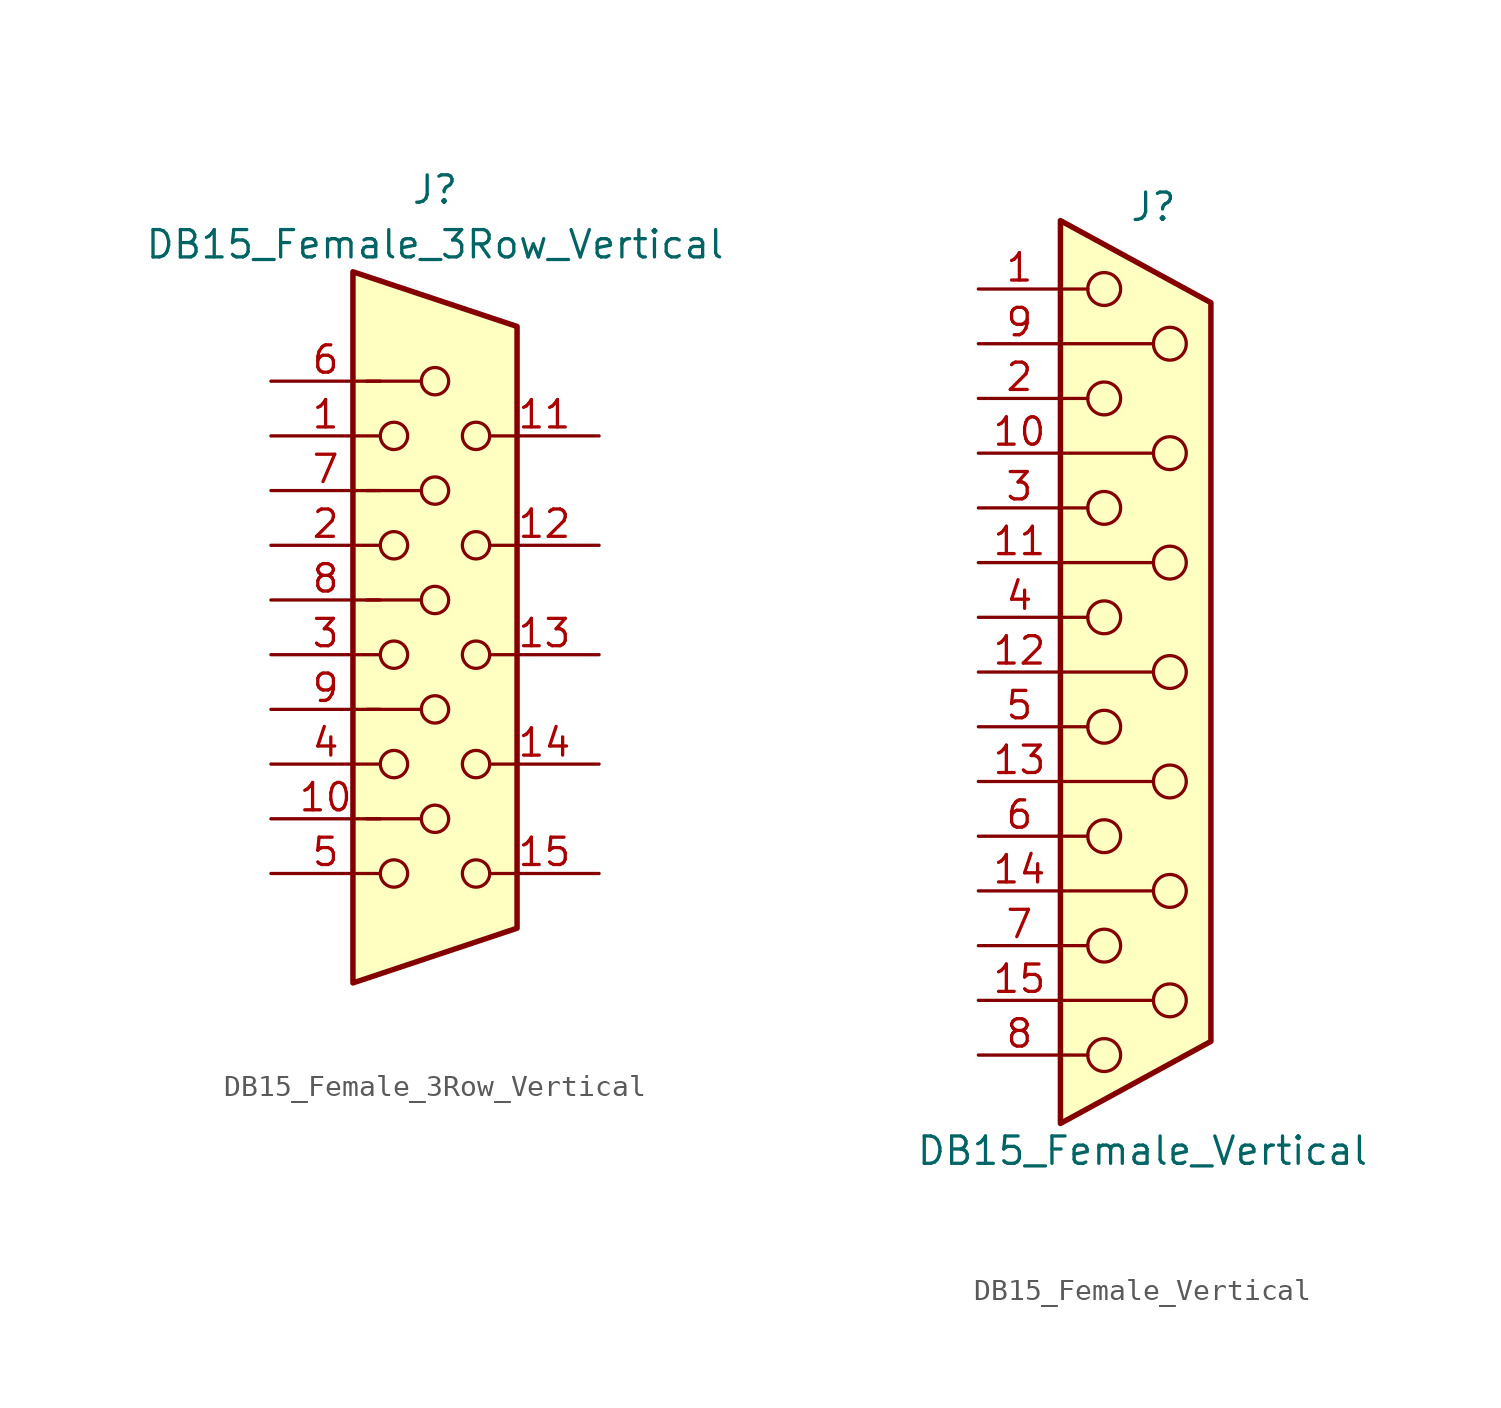
<source format=kicad_sym>
(kicad_symbol_lib
  (version 20211014)
  (generator kicad_symbol_editor)
  (symbol "DB15_Female_3Row_Vertical"
    (pin_names
      (offset 1.016) hide)
    (property "Reference" "J"
      (at 0 21.59 0)
      (effects (font (size 1.27 1.27))))
    (property "Value" "DB15_Female_3Row_Vertical"
      (at 0 19.05 0)
      (effects (font (size 1.27 1.27))))
    (symbol "DB15_Female_3Row_Vertical_0_1"
      (circle (center -1.905 -10.16) (radius 0.635) (stroke (width 0) (type default) (color 0 0 0 0)) (fill (type none)))
      (circle (center -1.905 -5.08) (radius 0.635) (stroke (width 0) (type default) (color 0 0 0 0)) (fill (type none)))
      (circle (center -1.905 0) (radius 0.635) (stroke (width 0) (type default) (color 0 0 0 0)) (fill (type none)))
      (circle (center -1.905 5.08) (radius 0.635) (stroke (width 0) (type default) (color 0 0 0 0)) (fill (type none)))
      (circle (center -1.905 10.16) (radius 0.635) (stroke (width 0) (type default) (color 0 0 0 0)) (fill (type none)))
      (circle (center 0 -7.62) (radius 0.635) (stroke (width 0) (type default) (color 0 0 0 0)) (fill (type none)))
      (circle (center 0 -2.54) (radius 0.635) (stroke (width 0) (type default) (color 0 0 0 0)) (fill (type none)))
      (polyline (pts (xy -3.175 7.62) (xy -0.635 7.62)) (stroke (width 0) (type default) (color 0 0 0 0)) (fill (type none)))
      (polyline (pts (xy -0.635 -7.62) (xy -3.175 -7.62)) (stroke (width 0) (type default) (color 0 0 0 0)) (fill (type none)))
      (polyline (pts (xy -0.635 -2.54) (xy -3.175 -2.54)) (stroke (width 0) (type default) (color 0 0 0 0)) (fill (type none)))
      (polyline (pts (xy -0.635 2.54) (xy -3.175 2.54)) (stroke (width 0) (type default) (color 0 0 0 0)) (fill (type none)))
      (polyline (pts (xy -0.635 12.7) (xy -3.175 12.7)) (stroke (width 0) (type default) (color 0 0 0 0)) (fill (type none)))
      (polyline (pts (xy -3.81 17.78) (xy -3.81 -15.24) (xy 3.81 -12.7) (xy 3.81 15.24) (xy -3.81 17.78)) (stroke (width 0.254) (type default) (color 0 0 0 0)) (fill (type background)))
      (circle (center 0 2.54) (radius 0.635) (stroke (width 0) (type default) (color 0 0 0 0)) (fill (type none)))
      (circle (center 0 7.62) (radius 0.635) (stroke (width 0) (type default) (color 0 0 0 0)) (fill (type none)))
      (circle (center 0 12.7) (radius 0.635) (stroke (width 0) (type default) (color 0 0 0 0)) (fill (type none)))
      (circle (center 1.905 -10.16) (radius 0.635) (stroke (width 0) (type default) (color 0 0 0 0)) (fill (type none)))
      (circle (center 1.905 -5.08) (radius 0.635) (stroke (width 0) (type default) (color 0 0 0 0)) (fill (type none)))
      (circle (center 1.905 0) (radius 0.635) (stroke (width 0) (type default) (color 0 0 0 0)) (fill (type none)))
      (circle (center 1.905 5.08) (radius 0.635) (stroke (width 0) (type default) (color 0 0 0 0)) (fill (type none)))
      (circle (center 1.905 10.16) (radius 0.635) (stroke (width 0) (type default) (color 0 0 0 0)) (fill (type none))))
    (symbol "DB15_Female_3Row_Vertical_1_1"
      (pin passive line (at -7.62 10.16 0) (length 5.08) (name "~" (effects (font (size 1.27 1.27)))) (number "1" (effects (font (size 1.27 1.27)))))
      (pin passive line (at -7.62 -7.62 0) (length 5.08) (name "~" (effects (font (size 1.27 1.27)))) (number "10" (effects (font (size 1.27 1.27)))))
      (pin passive line (at 7.62 10.16 180) (length 5.08) (name "~" (effects (font (size 1.27 1.27)))) (number "11" (effects (font (size 1.27 1.27)))))
      (pin passive line (at 7.62 5.08 180) (length 5.08) (name "~" (effects (font (size 1.27 1.27)))) (number "12" (effects (font (size 1.27 1.27)))))
      (pin passive line (at 7.62 0 180) (length 5.08) (name "~" (effects (font (size 1.27 1.27)))) (number "13" (effects (font (size 1.27 1.27)))))
      (pin passive line (at 7.62 -5.08 180) (length 5.08) (name "~" (effects (font (size 1.27 1.27)))) (number "14" (effects (font (size 1.27 1.27)))))
      (pin passive line (at 7.62 -10.16 180) (length 5.08) (name "~" (effects (font (size 1.27 1.27)))) (number "15" (effects (font (size 1.27 1.27)))))
      (pin passive line (at -7.62 5.08 0) (length 5.08) (name "~" (effects (font (size 1.27 1.27)))) (number "2" (effects (font (size 1.27 1.27)))))
      (pin passive line (at -7.62 0 0) (length 5.08) (name "~" (effects (font (size 1.27 1.27)))) (number "3" (effects (font (size 1.27 1.27)))))
      (pin passive line (at -7.62 -5.08 0) (length 5.08) (name "~" (effects (font (size 1.27 1.27)))) (number "4" (effects (font (size 1.27 1.27)))))
      (pin passive line (at -7.62 -10.16 0) (length 5.08) (name "~" (effects (font (size 1.27 1.27)))) (number "5" (effects (font (size 1.27 1.27)))))
      (pin passive line (at -7.62 12.7 0) (length 5.08) (name "~" (effects (font (size 1.27 1.27)))) (number "6" (effects (font (size 1.27 1.27)))))
      (pin passive line (at -7.62 7.62 0) (length 5.08) (name "~" (effects (font (size 1.27 1.27)))) (number "7" (effects (font (size 1.27 1.27)))))
      (pin passive line (at -7.62 2.54 0) (length 5.08) (name "~" (effects (font (size 1.27 1.27)))) (number "8" (effects (font (size 1.27 1.27)))))
      (pin passive line (at -7.62 -2.54 0) (length 5.08) (name "~" (effects (font (size 1.27 1.27)))) (number "9" (effects (font (size 1.27 1.27)))))))
  (symbol "DB15_Female_Vertical"
    (pin_names
      (offset 1.016) hide)
    (property "Reference" "J"
      (at 0.508 21.59 0)
      (effects (font (size 1.27 1.27))))
    (property "Value" "DB15_Female_Vertical"
      (at 0 -22.225 0)
      (effects (font (size 1.27 1.27))))
    (symbol "DB15_Female_Vertical_0_1"
      (circle (center -1.778 -17.78) (radius 0.762) (stroke (width 0) (type default) (color 0 0 0 0)) (fill (type none)))
      (circle (center -1.778 -12.7) (radius 0.762) (stroke (width 0) (type default) (color 0 0 0 0)) (fill (type none)))
      (circle (center -1.778 -7.62) (radius 0.762) (stroke (width 0) (type default) (color 0 0 0 0)) (fill (type none)))
      (circle (center -1.778 -2.54) (radius 0.762) (stroke (width 0) (type default) (color 0 0 0 0)) (fill (type none)))
      (circle (center -1.778 2.54) (radius 0.762) (stroke (width 0) (type default) (color 0 0 0 0)) (fill (type none)))
      (circle (center -1.778 7.62) (radius 0.762) (stroke (width 0) (type default) (color 0 0 0 0)) (fill (type none)))
      (circle (center -1.778 12.7) (radius 0.762) (stroke (width 0) (type default) (color 0 0 0 0)) (fill (type none)))
      (circle (center -1.778 17.78) (radius 0.762) (stroke (width 0) (type default) (color 0 0 0 0)) (fill (type none)))
      (polyline (pts (xy -3.81 -17.78) (xy -2.54 -17.78)) (stroke (width 0) (type default) (color 0 0 0 0)) (fill (type none)))
      (polyline (pts (xy -3.81 -15.24) (xy 0.508 -15.24)) (stroke (width 0) (type default) (color 0 0 0 0)) (fill (type none)))
      (polyline (pts (xy -3.81 -12.7) (xy -2.54 -12.7)) (stroke (width 0) (type default) (color 0 0 0 0)) (fill (type none)))
      (polyline (pts (xy -3.81 -10.16) (xy 0.508 -10.16)) (stroke (width 0) (type default) (color 0 0 0 0)) (fill (type none)))
      (polyline (pts (xy -3.81 -7.62) (xy -2.54 -7.62)) (stroke (width 0) (type default) (color 0 0 0 0)) (fill (type none)))
      (polyline (pts (xy -3.81 -5.08) (xy 0.508 -5.08)) (stroke (width 0) (type default) (color 0 0 0 0)) (fill (type none)))
      (polyline (pts (xy -3.81 -2.54) (xy -2.54 -2.54)) (stroke (width 0) (type default) (color 0 0 0 0)) (fill (type none)))
      (polyline (pts (xy -3.81 0) (xy 0.508 0)) (stroke (width 0) (type default) (color 0 0 0 0)) (fill (type none)))
      (polyline (pts (xy -3.81 2.54) (xy -2.54 2.54)) (stroke (width 0) (type default) (color 0 0 0 0)) (fill (type none)))
      (polyline (pts (xy -3.81 5.08) (xy 0.508 5.08)) (stroke (width 0) (type default) (color 0 0 0 0)) (fill (type none)))
      (polyline (pts (xy -3.81 7.62) (xy -2.54 7.62)) (stroke (width 0) (type default) (color 0 0 0 0)) (fill (type none)))
      (polyline (pts (xy -3.81 10.16) (xy 0.508 10.16)) (stroke (width 0) (type default) (color 0 0 0 0)) (fill (type none)))
      (polyline (pts (xy -3.81 12.7) (xy -2.54 12.7)) (stroke (width 0) (type default) (color 0 0 0 0)) (fill (type none)))
      (polyline (pts (xy -3.81 15.24) (xy 0.508 15.24)) (stroke (width 0) (type default) (color 0 0 0 0)) (fill (type none)))
      (polyline (pts (xy -3.81 17.78) (xy -2.54 17.78)) (stroke (width 0) (type default) (color 0 0 0 0)) (fill (type none)))
      (polyline (pts (xy -3.81 20.955) (xy 3.175 17.145) (xy 3.175 -17.145) (xy -3.81 -20.955) (xy -3.81 20.955)) (stroke (width 0.254) (type default) (color 0 0 0 0)) (fill (type background)))
      (circle (center 1.27 -15.24) (radius 0.762) (stroke (width 0) (type default) (color 0 0 0 0)) (fill (type none)))
      (circle (center 1.27 -10.16) (radius 0.762) (stroke (width 0) (type default) (color 0 0 0 0)) (fill (type none)))
      (circle (center 1.27 -5.08) (radius 0.762) (stroke (width 0) (type default) (color 0 0 0 0)) (fill (type none)))
      (circle (center 1.27 0) (radius 0.762) (stroke (width 0) (type default) (color 0 0 0 0)) (fill (type none)))
      (circle (center 1.27 5.08) (radius 0.762) (stroke (width 0) (type default) (color 0 0 0 0)) (fill (type none)))
      (circle (center 1.27 10.16) (radius 0.762) (stroke (width 0) (type default) (color 0 0 0 0)) (fill (type none)))
      (circle (center 1.27 15.24) (radius 0.762) (stroke (width 0) (type default) (color 0 0 0 0)) (fill (type none))))
    (symbol "DB15_Female_Vertical_1_1"
      (pin passive line (at -7.62 17.78 0) (length 3.81) (name "1" (effects (font (size 1.27 1.27)))) (number "1" (effects (font (size 1.27 1.27)))))
      (pin passive line (at -7.62 10.16 0) (length 3.81) (name "P10" (effects (font (size 1.27 1.27)))) (number "10" (effects (font (size 1.27 1.27)))))
      (pin passive line (at -7.62 5.08 0) (length 3.81) (name "P111" (effects (font (size 1.27 1.27)))) (number "11" (effects (font (size 1.27 1.27)))))
      (pin passive line (at -7.62 0 0) (length 3.81) (name "P12" (effects (font (size 1.27 1.27)))) (number "12" (effects (font (size 1.27 1.27)))))
      (pin passive line (at -7.62 -5.08 0) (length 3.81) (name "P13" (effects (font (size 1.27 1.27)))) (number "13" (effects (font (size 1.27 1.27)))))
      (pin passive line (at -7.62 -10.16 0) (length 3.81) (name "P14" (effects (font (size 1.27 1.27)))) (number "14" (effects (font (size 1.27 1.27)))))
      (pin passive line (at -7.62 -15.24 0) (length 3.81) (name "P15" (effects (font (size 1.27 1.27)))) (number "15" (effects (font (size 1.27 1.27)))))
      (pin passive line (at -7.62 12.7 0) (length 3.81) (name "2" (effects (font (size 1.27 1.27)))) (number "2" (effects (font (size 1.27 1.27)))))
      (pin passive line (at -7.62 7.62 0) (length 3.81) (name "3" (effects (font (size 1.27 1.27)))) (number "3" (effects (font (size 1.27 1.27)))))
      (pin passive line (at -7.62 2.54 0) (length 3.81) (name "4" (effects (font (size 1.27 1.27)))) (number "4" (effects (font (size 1.27 1.27)))))
      (pin passive line (at -7.62 -2.54 0) (length 3.81) (name "5" (effects (font (size 1.27 1.27)))) (number "5" (effects (font (size 1.27 1.27)))))
      (pin passive line (at -7.62 -7.62 0) (length 3.81) (name "6" (effects (font (size 1.27 1.27)))) (number "6" (effects (font (size 1.27 1.27)))))
      (pin passive line (at -7.62 -12.7 0) (length 3.81) (name "7" (effects (font (size 1.27 1.27)))) (number "7" (effects (font (size 1.27 1.27)))))
      (pin passive line (at -7.62 -17.78 0) (length 3.81) (name "8" (effects (font (size 1.27 1.27)))) (number "8" (effects (font (size 1.27 1.27)))))
      (pin passive line (at -7.62 15.24 0) (length 3.81) (name "P9" (effects (font (size 1.27 1.27)))) (number "9" (effects (font (size 1.27 1.27))))))))
</source>
